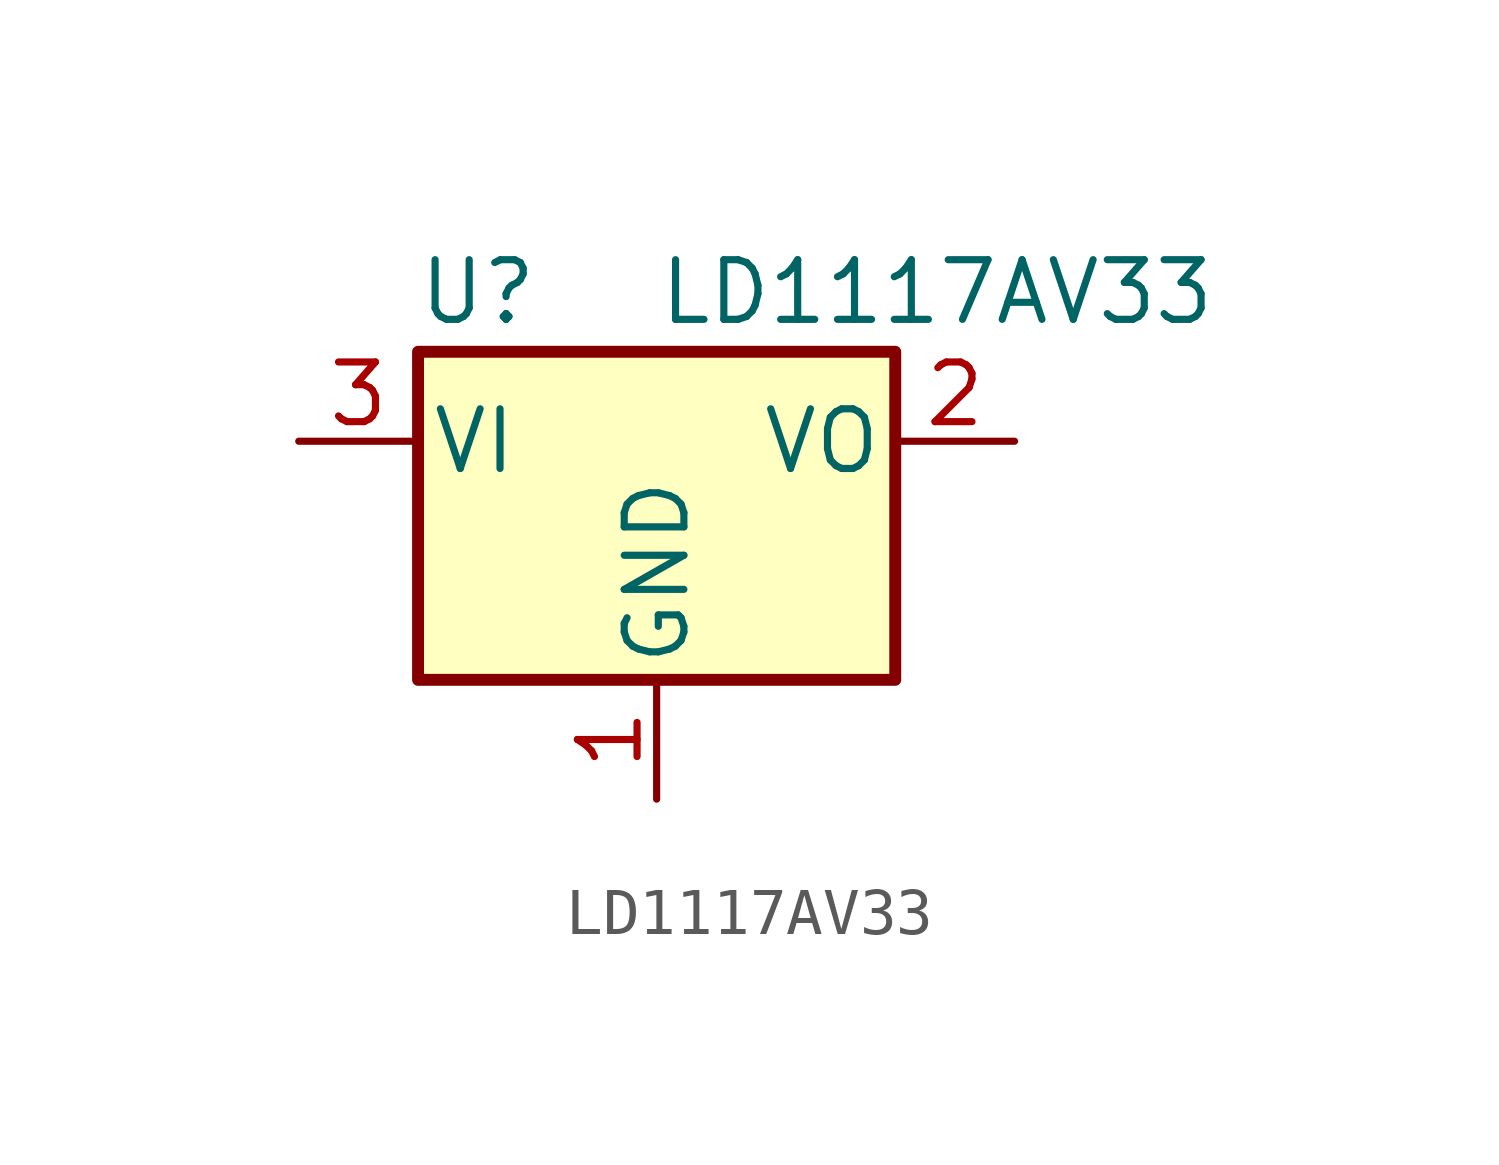
<source format=kicad_sym>
(kicad_symbol_lib
  (version 20211014)
  (generator kicad_symbol_editor)
  (symbol "LD1117AV33"
    (pin_names
      (offset 0.254))
    (property "Reference" "U"
      (at -3.81 3.175 0)
      (effects (font (size 1.27 1.27))))
    (property "Value" "LD1117AV33"
      (at 0 3.175 0)
      (effects (font (size 1.27 1.27)) (justify left)))
    (symbol "LD1117AV33_0_1"
      (rectangle (start -5.08 -5.08) (end 5.08 1.905) (stroke (width 0.254) (type default) (color 0 0 0 0)) (fill (type background))))
    (symbol "LD1117AV33_1_1"
      (pin power_in line (at 0 -7.62 90) (length 2.54) (name "GND" (effects (font (size 1.27 1.27)))) (number "1" (effects (font (size 1.27 1.27)))))
      (pin power_out line (at 7.62 0 180) (length 2.54) (name "VO" (effects (font (size 1.27 1.27)))) (number "2" (effects (font (size 1.27 1.27)))))
      (pin power_in line (at -7.62 0 0) (length 2.54) (name "VI" (effects (font (size 1.27 1.27)))) (number "3" (effects (font (size 1.27 1.27))))))))
</source>
